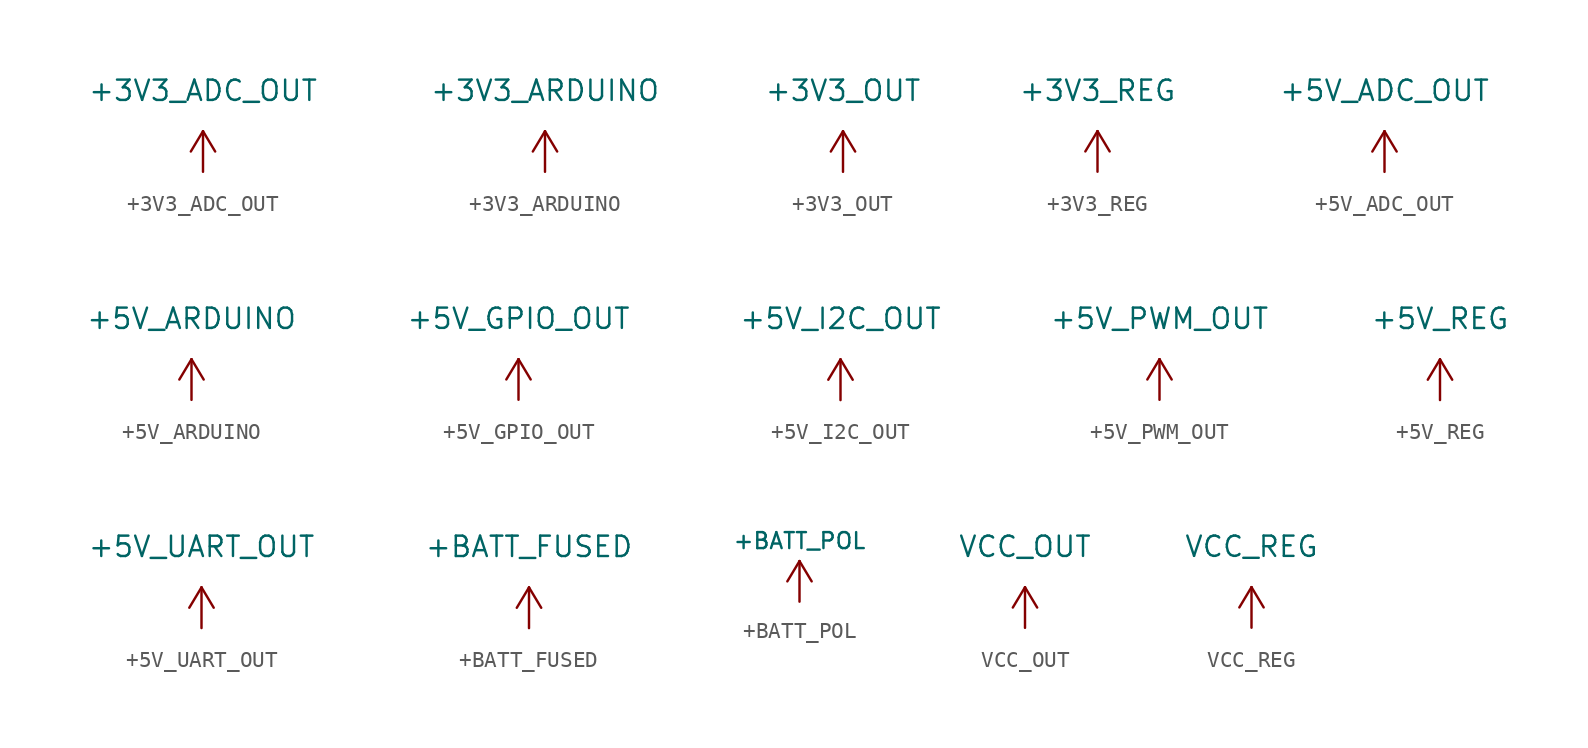
<source format=kicad_sym>
(kicad_symbol_lib
  (version 20211014)
  (generator kicad_symbol_editor)
  (symbol "+3V3_ADC_OUT"
    (power)
    (pin_names
      (offset 0))
    (property "Reference" "#PWR?"
      (at 0 -3.81 0)
      (effects (font (size 1.27 1.27)) hide))
    (property "Value" "+3V3_ADC_OUT"
      (at 0 5.08 0)
      (effects (font (size 1.27 1.27))))
    (symbol "+3V3_ADC_OUT_0_1"
      (polyline (pts (xy -0.762 1.27) (xy 0 2.54)) (stroke (width 0) (type default) (color 0 0 0 0)) (fill (type none)))
      (polyline (pts (xy 0 0) (xy 0 2.54)) (stroke (width 0) (type default) (color 0 0 0 0)) (fill (type none)))
      (polyline (pts (xy 0 2.54) (xy 0.762 1.27)) (stroke (width 0) (type default) (color 0 0 0 0)) (fill (type none))))
    (symbol "+3V3_ADC_OUT_1_1"
      (pin power_in line (at 0 0 90) (length 0) hide (name "+3V3_ADC_OUT" (effects (font (size 1.27 1.27)))) (number "1" (effects (font (size 1.27 1.27)))))))
  (symbol "+3V3_ARDUINO"
    (power)
    (pin_names
      (offset 0))
    (property "Reference" "#PWR?"
      (at 0 -3.81 0)
      (effects (font (size 1.27 1.27)) hide))
    (property "Value" "+3V3_ARDUINO"
      (at 0 5.08 0)
      (effects (font (size 1.27 1.27))))
    (symbol "+3V3_ARDUINO_0_1"
      (polyline (pts (xy -0.762 1.27) (xy 0 2.54)) (stroke (width 0) (type default) (color 0 0 0 0)) (fill (type none)))
      (polyline (pts (xy 0 0) (xy 0 2.54)) (stroke (width 0) (type default) (color 0 0 0 0)) (fill (type none)))
      (polyline (pts (xy 0 2.54) (xy 0.762 1.27)) (stroke (width 0) (type default) (color 0 0 0 0)) (fill (type none))))
    (symbol "+3V3_ARDUINO_1_1"
      (pin power_in line (at 0 0 90) (length 0) hide (name "+3V3_ARDUINO" (effects (font (size 1.27 1.27)))) (number "1" (effects (font (size 1.27 1.27)))))))
  (symbol "+3V3_OUT"
    (power)
    (pin_names
      (offset 0))
    (property "Reference" "#PWR?"
      (at 0 -3.81 0)
      (effects (font (size 1.27 1.27)) hide))
    (property "Value" "+3V3_OUT"
      (at 0 5.08 0)
      (effects (font (size 1.27 1.27))))
    (symbol "+3V3_OUT_0_1"
      (polyline (pts (xy -0.762 1.27) (xy 0 2.54)) (stroke (width 0) (type default) (color 0 0 0 0)) (fill (type none)))
      (polyline (pts (xy 0 0) (xy 0 2.54)) (stroke (width 0) (type default) (color 0 0 0 0)) (fill (type none)))
      (polyline (pts (xy 0 2.54) (xy 0.762 1.27)) (stroke (width 0) (type default) (color 0 0 0 0)) (fill (type none))))
    (symbol "+3V3_OUT_1_1"
      (pin power_in line (at 0 0 90) (length 0) hide (name "+3V3_OUT" (effects (font (size 1.27 1.27)))) (number "1" (effects (font (size 1.27 1.27)))))))
  (symbol "+3V3_REG"
    (power)
    (pin_names
      (offset 0))
    (property "Reference" "#PWR?"
      (at 0 -3.81 0)
      (effects (font (size 1.27 1.27)) hide))
    (property "Value" "+3V3_REG"
      (at 0 5.08 0)
      (effects (font (size 1.27 1.27))))
    (symbol "+3V3_REG_0_1"
      (polyline (pts (xy -0.762 1.27) (xy 0 2.54)) (stroke (width 0) (type default) (color 0 0 0 0)) (fill (type none)))
      (polyline (pts (xy 0 0) (xy 0 2.54)) (stroke (width 0) (type default) (color 0 0 0 0)) (fill (type none)))
      (polyline (pts (xy 0 2.54) (xy 0.762 1.27)) (stroke (width 0) (type default) (color 0 0 0 0)) (fill (type none))))
    (symbol "+3V3_REG_1_1"
      (pin power_in line (at 0 0 90) (length 0) hide (name "+3V3_REG" (effects (font (size 1.27 1.27)))) (number "1" (effects (font (size 1.27 1.27)))))))
  (symbol "+5V_ADC_OUT"
    (power)
    (pin_names
      (offset 0))
    (property "Reference" "#PWR0142"
      (at 0 -3.81 0)
      (effects (font (size 1.27 1.27)) hide))
    (property "Value" "+5V_ADC_OUT"
      (at 0 5.08 0)
      (effects (font (size 1.27 1.27))))
    (symbol "+5V_ADC_OUT_0_1"
      (polyline (pts (xy -0.762 1.27) (xy 0 2.54)) (stroke (width 0) (type default) (color 0 0 0 0)) (fill (type none)))
      (polyline (pts (xy 0 0) (xy 0 2.54)) (stroke (width 0) (type default) (color 0 0 0 0)) (fill (type none)))
      (polyline (pts (xy 0 2.54) (xy 0.762 1.27)) (stroke (width 0) (type default) (color 0 0 0 0)) (fill (type none))))
    (symbol "+5V_ADC_OUT_1_1"
      (pin power_in line (at 0 0 90) (length 0) hide (name "+5V_ADC_OUT" (effects (font (size 1.27 1.27)))) (number "1" (effects (font (size 1.27 1.27)))))))
  (symbol "+5V_ARDUINO"
    (power)
    (pin_names
      (offset 0))
    (property "Reference" "#PWR?"
      (at 0 -3.81 0)
      (effects (font (size 1.27 1.27)) hide))
    (property "Value" "+5V_ARDUINO"
      (at 0 5.08 0)
      (effects (font (size 1.27 1.27))))
    (symbol "+5V_ARDUINO_0_1"
      (polyline (pts (xy -0.762 1.27) (xy 0 2.54)) (stroke (width 0) (type default) (color 0 0 0 0)) (fill (type none)))
      (polyline (pts (xy 0 0) (xy 0 2.54)) (stroke (width 0) (type default) (color 0 0 0 0)) (fill (type none)))
      (polyline (pts (xy 0 2.54) (xy 0.762 1.27)) (stroke (width 0) (type default) (color 0 0 0 0)) (fill (type none))))
    (symbol "+5V_ARDUINO_1_1"
      (pin power_in line (at 0 0 90) (length 0) hide (name "+5V_ARDUINO" (effects (font (size 1.27 1.27)))) (number "1" (effects (font (size 1.27 1.27)))))))
  (symbol "+5V_GPIO_OUT"
    (power)
    (pin_names
      (offset 0))
    (property "Reference" "#PWR?"
      (at 0 -3.81 0)
      (effects (font (size 1.27 1.27)) hide))
    (property "Value" "+5V_GPIO_OUT"
      (at 0 5.08 0)
      (effects (font (size 1.27 1.27))))
    (symbol "+5V_GPIO_OUT_0_1"
      (polyline (pts (xy -0.762 1.27) (xy 0 2.54)) (stroke (width 0) (type default) (color 0 0 0 0)) (fill (type none)))
      (polyline (pts (xy 0 0) (xy 0 2.54)) (stroke (width 0) (type default) (color 0 0 0 0)) (fill (type none)))
      (polyline (pts (xy 0 2.54) (xy 0.762 1.27)) (stroke (width 0) (type default) (color 0 0 0 0)) (fill (type none))))
    (symbol "+5V_GPIO_OUT_1_1"
      (pin power_in line (at 0 0 90) (length 0) hide (name "+5V_ADC_OUT" (effects (font (size 1.27 1.27)))) (number "1" (effects (font (size 1.27 1.27)))))))
  (symbol "+5V_I2C_OUT"
    (power)
    (pin_names
      (offset 0))
    (property "Reference" "#PWR?"
      (at 0 -3.81 0)
      (effects (font (size 1.27 1.27)) hide))
    (property "Value" "+5V_I2C_OUT"
      (at 0 5.08 0)
      (effects (font (size 1.27 1.27))))
    (symbol "+5V_I2C_OUT_0_1"
      (polyline (pts (xy -0.762 1.27) (xy 0 2.54)) (stroke (width 0) (type default) (color 0 0 0 0)) (fill (type none)))
      (polyline (pts (xy 0 0) (xy 0 2.54)) (stroke (width 0) (type default) (color 0 0 0 0)) (fill (type none)))
      (polyline (pts (xy 0 2.54) (xy 0.762 1.27)) (stroke (width 0) (type default) (color 0 0 0 0)) (fill (type none))))
    (symbol "+5V_I2C_OUT_1_1"
      (pin power_in line (at 0 0 90) (length 0) hide (name "+5V_I2C_OUT" (effects (font (size 1.27 1.27)))) (number "1" (effects (font (size 1.27 1.27)))))))
  (symbol "+5V_PWM_OUT"
    (power)
    (pin_names
      (offset 0))
    (property "Reference" "#PWR?"
      (at 0 -3.81 0)
      (effects (font (size 1.27 1.27)) hide))
    (property "Value" "+5V_PWM_OUT"
      (at 0 5.08 0)
      (effects (font (size 1.27 1.27))))
    (symbol "+5V_PWM_OUT_0_1"
      (polyline (pts (xy -0.762 1.27) (xy 0 2.54)) (stroke (width 0) (type default) (color 0 0 0 0)) (fill (type none)))
      (polyline (pts (xy 0 0) (xy 0 2.54)) (stroke (width 0) (type default) (color 0 0 0 0)) (fill (type none)))
      (polyline (pts (xy 0 2.54) (xy 0.762 1.27)) (stroke (width 0) (type default) (color 0 0 0 0)) (fill (type none))))
    (symbol "+5V_PWM_OUT_1_1"
      (pin power_in line (at 0 0 90) (length 0) hide (name "+5V_PWM_OUT" (effects (font (size 1.27 1.27)))) (number "1" (effects (font (size 1.27 1.27)))))))
  (symbol "+5V_REG"
    (power)
    (pin_names
      (offset 0))
    (property "Reference" "#PWR?"
      (at 0 -3.81 0)
      (effects (font (size 1.27 1.27)) hide))
    (property "Value" "+5V_REG"
      (at 0 5.08 0)
      (effects (font (size 1.27 1.27))))
    (symbol "+5V_REG_0_1"
      (polyline (pts (xy -0.762 1.27) (xy 0 2.54)) (stroke (width 0) (type default) (color 0 0 0 0)) (fill (type none)))
      (polyline (pts (xy 0 0) (xy 0 2.54)) (stroke (width 0) (type default) (color 0 0 0 0)) (fill (type none)))
      (polyline (pts (xy 0 2.54) (xy 0.762 1.27)) (stroke (width 0) (type default) (color 0 0 0 0)) (fill (type none))))
    (symbol "+5V_REG_1_1"
      (pin power_in line (at 0 0 90) (length 0) hide (name "+5V_REG" (effects (font (size 1.27 1.27)))) (number "1" (effects (font (size 1.27 1.27)))))))
  (symbol "+5V_UART_OUT"
    (power)
    (pin_names
      (offset 0))
    (property "Reference" "#PWR?"
      (at 0 -3.81 0)
      (effects (font (size 1.27 1.27)) hide))
    (property "Value" "+5V_UART_OUT"
      (at 0 5.08 0)
      (effects (font (size 1.27 1.27))))
    (symbol "+5V_UART_OUT_0_1"
      (polyline (pts (xy -0.762 1.27) (xy 0 2.54)) (stroke (width 0) (type default) (color 0 0 0 0)) (fill (type none)))
      (polyline (pts (xy 0 0) (xy 0 2.54)) (stroke (width 0) (type default) (color 0 0 0 0)) (fill (type none)))
      (polyline (pts (xy 0 2.54) (xy 0.762 1.27)) (stroke (width 0) (type default) (color 0 0 0 0)) (fill (type none))))
    (symbol "+5V_UART_OUT_1_1"
      (pin power_in line (at 0 0 90) (length 0) hide (name "+5V_UART_OUT" (effects (font (size 1.27 1.27)))) (number "1" (effects (font (size 1.27 1.27)))))))
  (symbol "+BATT_FUSED"
    (power)
    (pin_names
      (offset 0))
    (property "Reference" "#PWR?"
      (at 0 -3.81 0)
      (effects (font (size 1.27 1.27)) hide))
    (property "Value" "+BATT_FUSED"
      (at 0 5.08 0)
      (effects (font (size 1.27 1.27))))
    (symbol "+BATT_FUSED_0_1"
      (polyline (pts (xy -0.762 1.27) (xy 0 2.54)) (stroke (width 0) (type default) (color 0 0 0 0)) (fill (type none)))
      (polyline (pts (xy 0 0) (xy 0 2.54)) (stroke (width 0) (type default) (color 0 0 0 0)) (fill (type none)))
      (polyline (pts (xy 0 2.54) (xy 0.762 1.27)) (stroke (width 0) (type default) (color 0 0 0 0)) (fill (type none))))
    (symbol "+BATT_FUSED_1_1"
      (pin power_in line (at 0 0 90) (length 0) hide (name "+BATT_FUSED" (effects (font (size 1.27 1.27)))) (number "1" (effects (font (size 1.27 1.27)))))))
  (symbol "+BATT_POL"
    (power)
    (pin_names
      (offset 0))
    (property "Reference" "#PWR?"
      (at 0 -3.81 0)
      (effects (font (size 1.27 1.27)) hide))
    (property "Value" "+BATT_POL"
      (at 0 3.81 0)
      (effects (font (size 1 1))))
    (symbol "+BATT_POL_0_1"
      (polyline (pts (xy -0.762 1.27) (xy 0 2.54)) (stroke (width 0) (type default) (color 0 0 0 0)) (fill (type none)))
      (polyline (pts (xy 0 0) (xy 0 2.54)) (stroke (width 0) (type default) (color 0 0 0 0)) (fill (type none)))
      (polyline (pts (xy 0 2.54) (xy 0.762 1.27)) (stroke (width 0) (type default) (color 0 0 0 0)) (fill (type none))))
    (symbol "+BATT_POL_1_1"
      (pin power_in line (at 0 0 90) (length 0) hide (name "+BATT_POL" (effects (font (size 1.27 1.27)))) (number "1" (effects (font (size 1.27 1.27)))))))
  (symbol "VCC_OUT"
    (power)
    (pin_names
      (offset 0))
    (property "Reference" "#PWR?"
      (at 0 -3.81 0)
      (effects (font (size 1.27 1.27)) hide))
    (property "Value" "VCC_OUT"
      (at 0 5.08 0)
      (effects (font (size 1.27 1.27))))
    (symbol "VCC_OUT_0_1"
      (polyline (pts (xy -0.762 1.27) (xy 0 2.54)) (stroke (width 0) (type default) (color 0 0 0 0)) (fill (type none)))
      (polyline (pts (xy 0 0) (xy 0 2.54)) (stroke (width 0) (type default) (color 0 0 0 0)) (fill (type none)))
      (polyline (pts (xy 0 2.54) (xy 0.762 1.27)) (stroke (width 0) (type default) (color 0 0 0 0)) (fill (type none))))
    (symbol "VCC_OUT_1_1"
      (pin power_in line (at 0 0 90) (length 0) hide (name "VCC_OUT" (effects (font (size 1.27 1.27)))) (number "1" (effects (font (size 1.27 1.27)))))))
  (symbol "VCC_REG"
    (power)
    (pin_names
      (offset 0))
    (property "Reference" "#PWR?"
      (at 0 -3.81 0)
      (effects (font (size 1.27 1.27)) hide))
    (property "Value" "VCC_REG"
      (at 0 5.08 0)
      (effects (font (size 1.27 1.27))))
    (symbol "VCC_REG_0_1"
      (polyline (pts (xy -0.762 1.27) (xy 0 2.54)) (stroke (width 0) (type default) (color 0 0 0 0)) (fill (type none)))
      (polyline (pts (xy 0 0) (xy 0 2.54)) (stroke (width 0) (type default) (color 0 0 0 0)) (fill (type none)))
      (polyline (pts (xy 0 2.54) (xy 0.762 1.27)) (stroke (width 0) (type default) (color 0 0 0 0)) (fill (type none))))
    (symbol "VCC_REG_1_1"
      (pin power_in line (at 0 0 90) (length 0) hide (name "VCC_REG" (effects (font (size 1.27 1.27)))) (number "1" (effects (font (size 1.27 1.27))))))))
</source>
